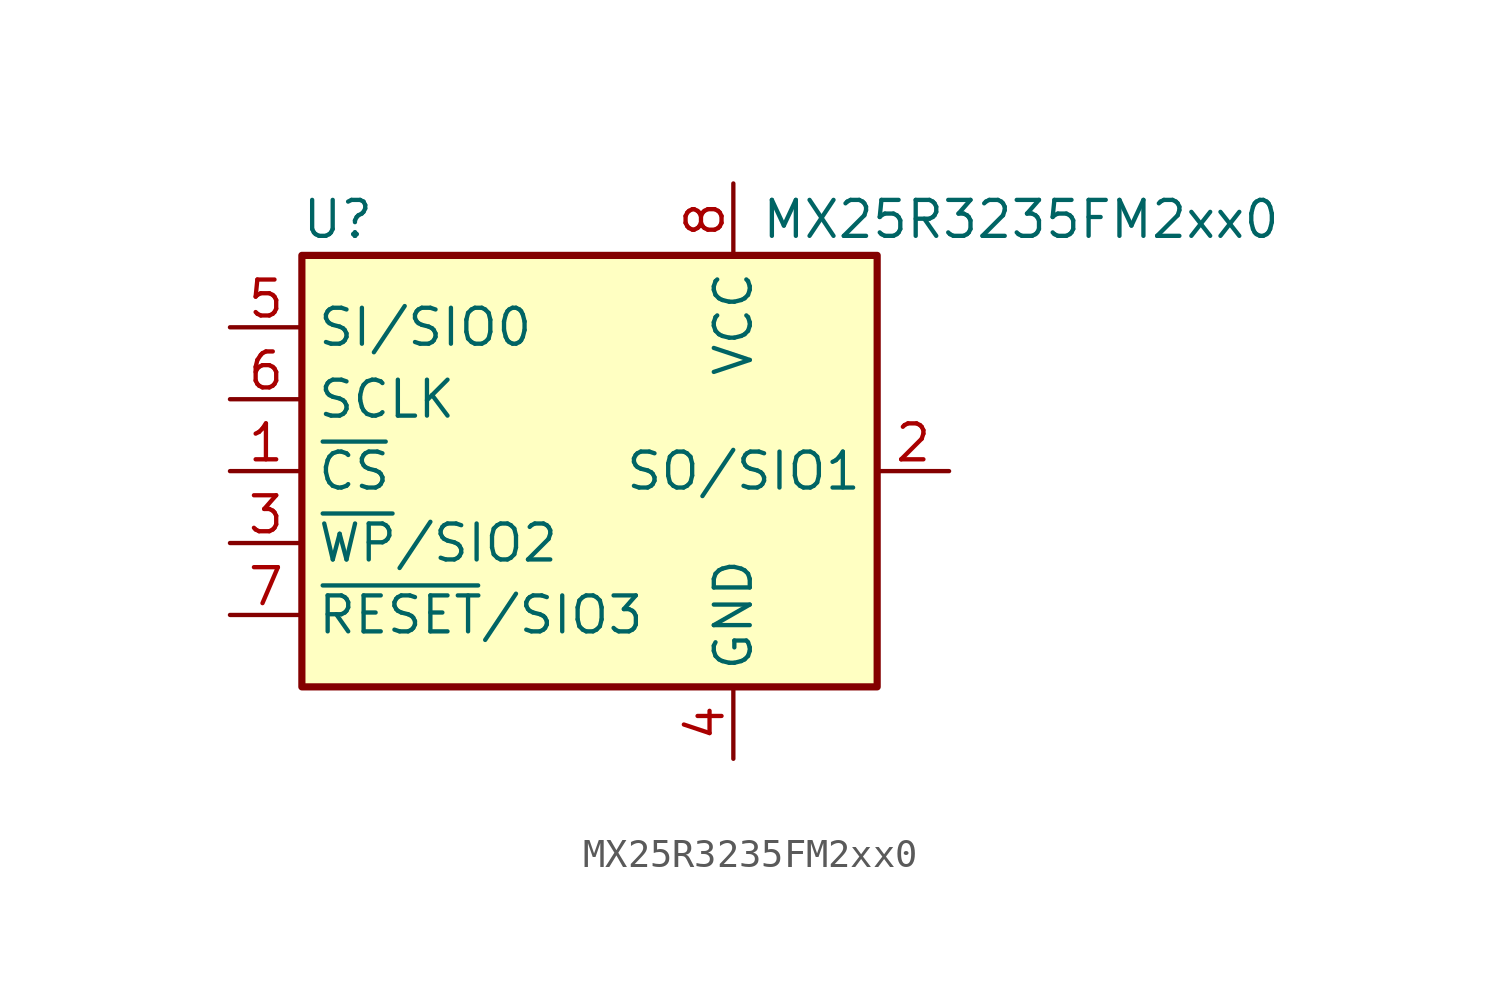
<source format=kicad_sym>
(kicad_symbol_lib
  (version 20201005)
  (generator kicad_symbol_editor)
  (symbol "MX25R3235FM2xx0"
    (property "Reference" "U"
      (at -8.89 8.89 0)
      (effects (font (size 1.27 1.27))))
    (property "Value" "MX25R3235FM2xx0"
      (at 15.24 8.89 0)
      (effects (font (size 1.27 1.27))))
    (symbol "MX25R3235FM2xx0_1_1"
      (rectangle (start -10.16 7.62) (end 10.16 -7.62) (stroke (width 0.254)) (fill (type background)))
      (pin input line (at -12.7 0 0) (length 2.54) (name "~CS" (effects (font (size 1.27 1.27)))) (number "1" (effects (font (size 1.27 1.27)))))
      (pin bidirectional line (at 12.7 0 180) (length 2.54) (name "SO/SIO1" (effects (font (size 1.27 1.27)))) (number "2" (effects (font (size 1.27 1.27)))))
      (pin bidirectional line (at -12.7 -2.54 0) (length 2.54) (name "~WP~/SIO2" (effects (font (size 1.27 1.27)))) (number "3" (effects (font (size 1.27 1.27)))))
      (pin power_in line (at 5.08 -10.16 90) (length 2.54) (name "GND" (effects (font (size 1.27 1.27)))) (number "4" (effects (font (size 1.27 1.27)))))
      (pin bidirectional line (at -12.7 5.08 0) (length 2.54) (name "SI/SIO0" (effects (font (size 1.27 1.27)))) (number "5" (effects (font (size 1.27 1.27)))))
      (pin input line (at -12.7 2.54 0) (length 2.54) (name "SCLK" (effects (font (size 1.27 1.27)))) (number "6" (effects (font (size 1.27 1.27)))))
      (pin bidirectional line (at -12.7 -5.08 0) (length 2.54) (name "~RESET~/SIO3" (effects (font (size 1.27 1.27)))) (number "7" (effects (font (size 1.27 1.27)))))
      (pin power_in line (at 5.08 10.16 270) (length 2.54) (name "VCC" (effects (font (size 1.27 1.27)))) (number "8" (effects (font (size 1.27 1.27))))))))
</source>
